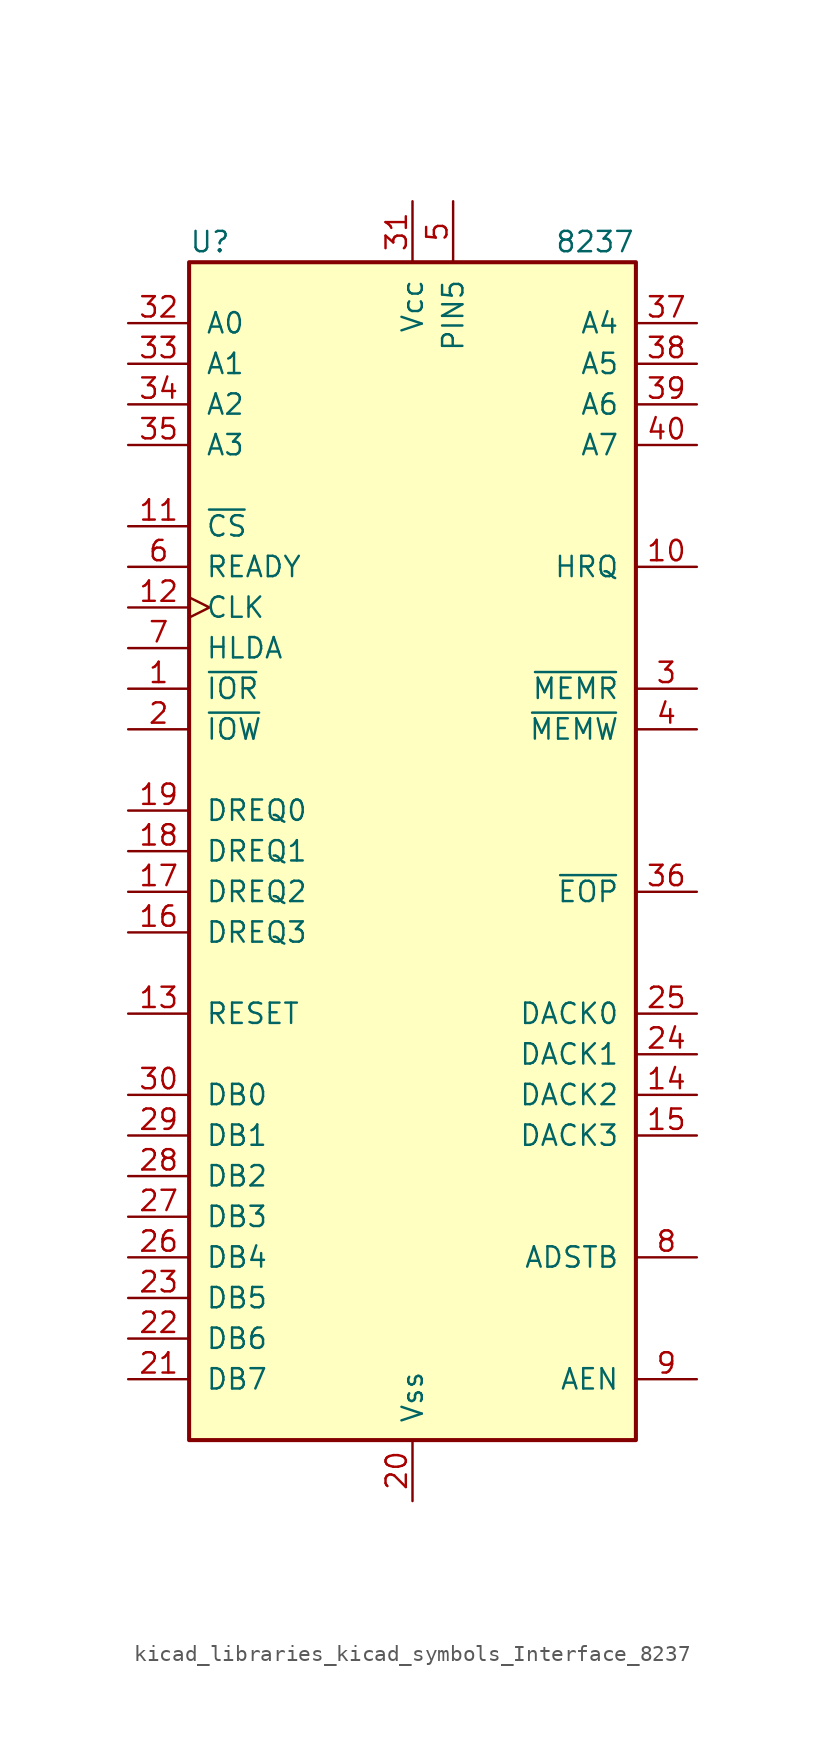
<source format=kicad_sym>
(kicad_symbol_lib
  (version 20220914)
  (generator kicad_symbol_editor)
  (symbol "kicad_libraries_kicad_symbols_Interface_8237"
    (pin_names
      (offset 1.016))
    (property "Reference" "U"
      (at -13.97 38.1 0)
      (effects (font (size 1.27 1.27)) (justify left)))
    (property "Value" "8237"
      (at 8.89 38.1 0)
      (effects (font (size 1.27 1.27)) (justify left)))
    (symbol "kicad_libraries_kicad_symbols_Interface_8237_1_1"
      (rectangle (start -13.97 -36.83) (end 13.97 36.83) (stroke (width 0.254) (type default)) (fill (type background)))
      (pin bidirectional line (at -17.78 10.16 0) (length 3.81) (name "~{IOR}" (effects (font (size 1.27 1.27)))) (number "1" (effects (font (size 1.27 1.27)))))
      (pin output line (at 17.78 17.78 180) (length 3.81) (name "HRQ" (effects (font (size 1.27 1.27)))) (number "10" (effects (font (size 1.27 1.27)))))
      (pin input line (at -17.78 20.32 0) (length 3.81) (name "~{CS}" (effects (font (size 1.27 1.27)))) (number "11" (effects (font (size 1.27 1.27)))))
      (pin input clock (at -17.78 15.24 0) (length 3.81) (name "CLK" (effects (font (size 1.27 1.27)))) (number "12" (effects (font (size 1.27 1.27)))))
      (pin input line (at -17.78 -10.16 0) (length 3.81) (name "RESET" (effects (font (size 1.27 1.27)))) (number "13" (effects (font (size 1.27 1.27)))))
      (pin output line (at 17.78 -15.24 180) (length 3.81) (name "DACK2" (effects (font (size 1.27 1.27)))) (number "14" (effects (font (size 1.27 1.27)))))
      (pin output line (at 17.78 -17.78 180) (length 3.81) (name "DACK3" (effects (font (size 1.27 1.27)))) (number "15" (effects (font (size 1.27 1.27)))))
      (pin input line (at -17.78 -5.08 0) (length 3.81) (name "DREQ3" (effects (font (size 1.27 1.27)))) (number "16" (effects (font (size 1.27 1.27)))))
      (pin input line (at -17.78 -2.54 0) (length 3.81) (name "DREQ2" (effects (font (size 1.27 1.27)))) (number "17" (effects (font (size 1.27 1.27)))))
      (pin input line (at -17.78 0 0) (length 3.81) (name "DREQ1" (effects (font (size 1.27 1.27)))) (number "18" (effects (font (size 1.27 1.27)))))
      (pin input line (at -17.78 2.54 0) (length 3.81) (name "DREQ0" (effects (font (size 1.27 1.27)))) (number "19" (effects (font (size 1.27 1.27)))))
      (pin bidirectional line (at -17.78 7.62 0) (length 3.81) (name "~{IOW}" (effects (font (size 1.27 1.27)))) (number "2" (effects (font (size 1.27 1.27)))))
      (pin power_in line (at 0 -40.64 90) (length 3.81) (name "Vss" (effects (font (size 1.27 1.27)))) (number "20" (effects (font (size 1.27 1.27)))))
      (pin bidirectional line (at -17.78 -33.02 0) (length 3.81) (name "DB7" (effects (font (size 1.27 1.27)))) (number "21" (effects (font (size 1.27 1.27)))))
      (pin bidirectional line (at -17.78 -30.48 0) (length 3.81) (name "DB6" (effects (font (size 1.27 1.27)))) (number "22" (effects (font (size 1.27 1.27)))))
      (pin bidirectional line (at -17.78 -27.94 0) (length 3.81) (name "DB5" (effects (font (size 1.27 1.27)))) (number "23" (effects (font (size 1.27 1.27)))))
      (pin output line (at 17.78 -12.7 180) (length 3.81) (name "DACK1" (effects (font (size 1.27 1.27)))) (number "24" (effects (font (size 1.27 1.27)))))
      (pin output line (at 17.78 -10.16 180) (length 3.81) (name "DACK0" (effects (font (size 1.27 1.27)))) (number "25" (effects (font (size 1.27 1.27)))))
      (pin bidirectional line (at -17.78 -25.4 0) (length 3.81) (name "DB4" (effects (font (size 1.27 1.27)))) (number "26" (effects (font (size 1.27 1.27)))))
      (pin bidirectional line (at -17.78 -22.86 0) (length 3.81) (name "DB3" (effects (font (size 1.27 1.27)))) (number "27" (effects (font (size 1.27 1.27)))))
      (pin bidirectional line (at -17.78 -20.32 0) (length 3.81) (name "DB2" (effects (font (size 1.27 1.27)))) (number "28" (effects (font (size 1.27 1.27)))))
      (pin bidirectional line (at -17.78 -17.78 0) (length 3.81) (name "DB1" (effects (font (size 1.27 1.27)))) (number "29" (effects (font (size 1.27 1.27)))))
      (pin tri_state line (at 17.78 10.16 180) (length 3.81) (name "~{MEMR}" (effects (font (size 1.27 1.27)))) (number "3" (effects (font (size 1.27 1.27)))))
      (pin bidirectional line (at -17.78 -15.24 0) (length 3.81) (name "DB0" (effects (font (size 1.27 1.27)))) (number "30" (effects (font (size 1.27 1.27)))))
      (pin power_in line (at 0 40.64 270) (length 3.81) (name "Vcc" (effects (font (size 1.27 1.27)))) (number "31" (effects (font (size 1.27 1.27)))))
      (pin bidirectional line (at -17.78 33.02 0) (length 3.81) (name "A0" (effects (font (size 1.27 1.27)))) (number "32" (effects (font (size 1.27 1.27)))))
      (pin bidirectional line (at -17.78 30.48 0) (length 3.81) (name "A1" (effects (font (size 1.27 1.27)))) (number "33" (effects (font (size 1.27 1.27)))))
      (pin bidirectional line (at -17.78 27.94 0) (length 3.81) (name "A2" (effects (font (size 1.27 1.27)))) (number "34" (effects (font (size 1.27 1.27)))))
      (pin bidirectional line (at -17.78 25.4 0) (length 3.81) (name "A3" (effects (font (size 1.27 1.27)))) (number "35" (effects (font (size 1.27 1.27)))))
      (pin bidirectional line (at 17.78 -2.54 180) (length 3.81) (name "~{EOP}" (effects (font (size 1.27 1.27)))) (number "36" (effects (font (size 1.27 1.27)))))
      (pin tri_state line (at 17.78 33.02 180) (length 3.81) (name "A4" (effects (font (size 1.27 1.27)))) (number "37" (effects (font (size 1.27 1.27)))))
      (pin tri_state line (at 17.78 30.48 180) (length 3.81) (name "A5" (effects (font (size 1.27 1.27)))) (number "38" (effects (font (size 1.27 1.27)))))
      (pin tri_state line (at 17.78 27.94 180) (length 3.81) (name "A6" (effects (font (size 1.27 1.27)))) (number "39" (effects (font (size 1.27 1.27)))))
      (pin tri_state line (at 17.78 7.62 180) (length 3.81) (name "~{MEMW}" (effects (font (size 1.27 1.27)))) (number "4" (effects (font (size 1.27 1.27)))))
      (pin tri_state line (at 17.78 25.4 180) (length 3.81) (name "A7" (effects (font (size 1.27 1.27)))) (number "40" (effects (font (size 1.27 1.27)))))
      (pin input line (at 2.54 40.64 270) (length 3.81) (name "PIN5" (effects (font (size 1.27 1.27)))) (number "5" (effects (font (size 1.27 1.27)))))
      (pin input line (at -17.78 17.78 0) (length 3.81) (name "READY" (effects (font (size 1.27 1.27)))) (number "6" (effects (font (size 1.27 1.27)))))
      (pin input line (at -17.78 12.7 0) (length 3.81) (name "HLDA" (effects (font (size 1.27 1.27)))) (number "7" (effects (font (size 1.27 1.27)))))
      (pin output line (at 17.78 -25.4 180) (length 3.81) (name "ADSTB" (effects (font (size 1.27 1.27)))) (number "8" (effects (font (size 1.27 1.27)))))
      (pin output line (at 17.78 -33.02 180) (length 3.81) (name "AEN" (effects (font (size 1.27 1.27)))) (number "9" (effects (font (size 1.27 1.27))))))))
</source>
